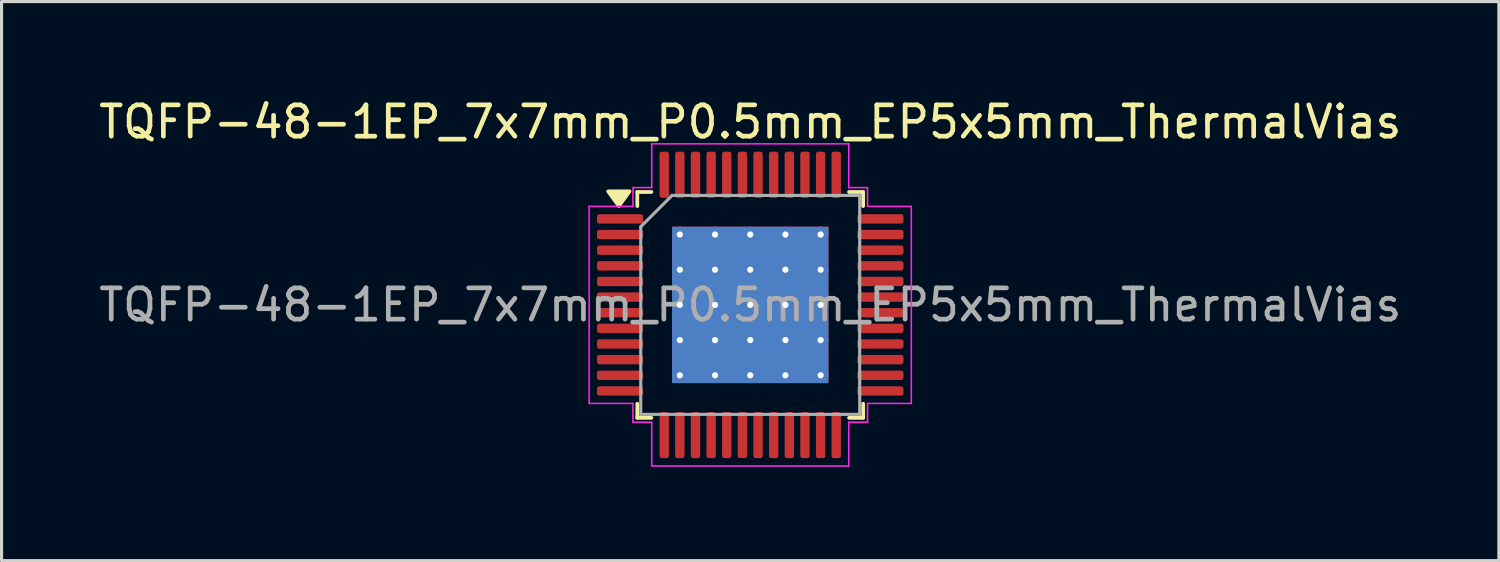
<source format=kicad_pcb>
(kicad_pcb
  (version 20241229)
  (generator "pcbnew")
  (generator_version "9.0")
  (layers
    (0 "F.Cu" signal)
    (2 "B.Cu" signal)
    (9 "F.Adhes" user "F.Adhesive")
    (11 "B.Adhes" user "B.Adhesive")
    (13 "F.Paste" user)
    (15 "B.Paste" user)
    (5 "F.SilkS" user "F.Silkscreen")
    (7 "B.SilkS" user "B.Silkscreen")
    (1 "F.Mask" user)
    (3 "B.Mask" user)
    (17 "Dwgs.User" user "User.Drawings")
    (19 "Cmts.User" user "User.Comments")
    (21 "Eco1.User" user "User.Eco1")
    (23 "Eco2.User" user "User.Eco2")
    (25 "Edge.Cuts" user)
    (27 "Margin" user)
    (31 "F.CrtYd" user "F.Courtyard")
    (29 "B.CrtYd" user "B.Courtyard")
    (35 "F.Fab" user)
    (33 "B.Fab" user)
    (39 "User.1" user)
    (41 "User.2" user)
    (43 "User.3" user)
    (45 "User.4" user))
  (footprint "TQFP-48-1EP_7x7mm_P0.5mm_EP5x5mm_ThermalVias"
    (layer "F.Cu")
    (at 20.935 6.698)
    (property "Reference" "TQFP-48-1EP_7x7mm_P0.5mm_EP5x5mm_ThermalVias" (at 0 -5.85 0) (layer "F.SilkS") (effects (font (size 1 1) (thickness 0.15))))
    (attr smd)
    (fp_line (start -3.61 -3.61) (end -3.61 -3.16) (stroke (width 0.12) (type solid)) (layer "F.SilkS"))
    (fp_line (start -3.61 3.61) (end -3.61 3.16) (stroke (width 0.12) (type solid)) (layer "F.SilkS"))
    (fp_line (start -3.16 -3.61) (end -3.61 -3.61) (stroke (width 0.12) (type solid)) (layer "F.SilkS"))
    (fp_line (start -3.16 3.61) (end -3.61 3.61) (stroke (width 0.12) (type solid)) (layer "F.SilkS"))
    (fp_line (start 3.16 -3.61) (end 3.61 -3.61) (stroke (width 0.12) (type solid)) (layer "F.SilkS"))
    (fp_line (start 3.16 3.61) (end 3.61 3.61) (stroke (width 0.12) (type solid)) (layer "F.SilkS"))
    (fp_line (start 3.61 -3.61) (end 3.61 -3.16) (stroke (width 0.12) (type solid)) (layer "F.SilkS"))
    (fp_line (start 3.61 3.61) (end 3.61 3.16) (stroke (width 0.12) (type solid)) (layer "F.SilkS"))
    (fp_poly (pts (xy -4.2 -3.16) (xy -4.54 -3.63) (xy -3.86 -3.63)) (stroke (width 0.12) (type solid)) (fill yes) (layer "F.SilkS"))
    (fp_line (start -5.15 -3.15) (end -3.75 -3.15) (stroke (width 0.05) (type solid)) (layer "F.CrtYd"))
    (fp_line (start -5.15 3.15) (end -5.15 -3.15) (stroke (width 0.05) (type solid)) (layer "F.CrtYd"))
    (fp_line (start -3.75 -3.75) (end -3.15 -3.75) (stroke (width 0.05) (type solid)) (layer "F.CrtYd"))
    (fp_line (start -3.75 -3.15) (end -3.75 -3.75) (stroke (width 0.05) (type solid)) (layer "F.CrtYd"))
    (fp_line (start -3.75 3.15) (end -5.15 3.15) (stroke (width 0.05) (type solid)) (layer "F.CrtYd"))
    (fp_line (start -3.75 3.75) (end -3.75 3.15) (stroke (width 0.05) (type solid)) (layer "F.CrtYd"))
    (fp_line (start -3.15 -5.15) (end 3.15 -5.15) (stroke (width 0.05) (type solid)) (layer "F.CrtYd"))
    (fp_line (start -3.15 -3.75) (end -3.15 -5.15) (stroke (width 0.05) (type solid)) (layer "F.CrtYd"))
    (fp_line (start -3.15 3.75) (end -3.75 3.75) (stroke (width 0.05) (type solid)) (layer "F.CrtYd"))
    (fp_line (start -3.15 5.15) (end -3.15 3.75) (stroke (width 0.05) (type solid)) (layer "F.CrtYd"))
    (fp_line (start 3.15 -5.15) (end 3.15 -3.75) (stroke (width 0.05) (type solid)) (layer "F.CrtYd"))
    (fp_line (start 3.15 -3.75) (end 3.75 -3.75) (stroke (width 0.05) (type solid)) (layer "F.CrtYd"))
    (fp_line (start 3.15 3.75) (end 3.15 5.15) (stroke (width 0.05) (type solid)) (layer "F.CrtYd"))
    (fp_line (start 3.15 5.15) (end -3.15 5.15) (stroke (width 0.05) (type solid)) (layer "F.CrtYd"))
    (fp_line (start 3.75 -3.75) (end 3.75 -3.15) (stroke (width 0.05) (type solid)) (layer "F.CrtYd"))
    (fp_line (start 3.75 -3.15) (end 5.15 -3.15) (stroke (width 0.05) (type solid)) (layer "F.CrtYd"))
    (fp_line (start 3.75 3.15) (end 3.75 3.75) (stroke (width 0.05) (type solid)) (layer "F.CrtYd"))
    (fp_line (start 3.75 3.75) (end 3.15 3.75) (stroke (width 0.05) (type solid)) (layer "F.CrtYd"))
    (fp_line (start 5.15 -3.15) (end 5.15 3.15) (stroke (width 0.05) (type solid)) (layer "F.CrtYd"))
    (fp_line (start 5.15 3.15) (end 3.75 3.15) (stroke (width 0.05) (type solid)) (layer "F.CrtYd"))
    (fp_line (start -3.5 -2.5) (end -2.5 -3.5) (stroke (width 0.1) (type solid)) (layer "F.Fab"))
    (fp_line (start -3.5 3.5) (end -3.5 -2.5) (stroke (width 0.1) (type solid)) (layer "F.Fab"))
    (fp_line (start -2.5 -3.5) (end 3.5 -3.5) (stroke (width 0.1) (type solid)) (layer "F.Fab"))
    (fp_line (start 3.5 -3.5) (end 3.5 3.5) (stroke (width 0.1) (type solid)) (layer "F.Fab"))
    (fp_line (start 3.5 3.5) (end -3.5 3.5) (stroke (width 0.1) (type solid)) (layer "F.Fab"))
    (fp_text user "${REFERENCE}" (at 0 0 0) (layer "F.Fab") (effects (font (size 1 1) (thickness 0.15))))
    (pad "" smd roundrect (at -1.875 -1.875) (size 1.01 1.01) (layers "F.Paste") (roundrect_rratio 0.248))
    (pad "" smd roundrect (at -1.875 -0.625) (size 1.01 1.01) (layers "F.Paste") (roundrect_rratio 0.248))
    (pad "" smd roundrect (at -1.875 0.625) (size 1.01 1.01) (layers "F.Paste") (roundrect_rratio 0.248))
    (pad "" smd roundrect (at -1.875 1.875) (size 1.01 1.01) (layers "F.Paste") (roundrect_rratio 0.248))
    (pad "" smd roundrect (at -0.625 -1.875) (size 1.01 1.01) (layers "F.Paste") (roundrect_rratio 0.248))
    (pad "" smd roundrect (at -0.625 -0.625) (size 1.01 1.01) (layers "F.Paste") (roundrect_rratio 0.248))
    (pad "" smd roundrect (at -0.625 0.625) (size 1.01 1.01) (layers "F.Paste") (roundrect_rratio 0.248))
    (pad "" smd roundrect (at -0.625 1.875) (size 1.01 1.01) (layers "F.Paste") (roundrect_rratio 0.248))
    (pad "" smd roundrect (at 0.625 -1.875) (size 1.01 1.01) (layers "F.Paste") (roundrect_rratio 0.248))
    (pad "" smd roundrect (at 0.625 -0.625) (size 1.01 1.01) (layers "F.Paste") (roundrect_rratio 0.248))
    (pad "" smd roundrect (at 0.625 0.625) (size 1.01 1.01) (layers "F.Paste") (roundrect_rratio 0.248))
    (pad "" smd roundrect (at 0.625 1.875) (size 1.01 1.01) (layers "F.Paste") (roundrect_rratio 0.248))
    (pad "" smd roundrect (at 1.875 -1.875) (size 1.01 1.01) (layers "F.Paste") (roundrect_rratio 0.248))
    (pad "" smd roundrect (at 1.875 -0.625) (size 1.01 1.01) (layers "F.Paste") (roundrect_rratio 0.248))
    (pad "" smd roundrect (at 1.875 0.625) (size 1.01 1.01) (layers "F.Paste") (roundrect_rratio 0.248))
    (pad "" smd roundrect (at 1.875 1.875) (size 1.01 1.01) (layers "F.Paste") (roundrect_rratio 0.248))
    (pad "1" smd roundrect (at -4.162 -2.75) (size 1.475 0.3) (layers "F.Cu" "F.Mask" "F.Paste") (roundrect_rratio 0.25))
    (pad "2" smd roundrect (at -4.162 -2.25) (size 1.475 0.3) (layers "F.Cu" "F.Mask" "F.Paste") (roundrect_rratio 0.25))
    (pad "3" smd roundrect (at -4.162 -1.75) (size 1.475 0.3) (layers "F.Cu" "F.Mask" "F.Paste") (roundrect_rratio 0.25))
    (pad "4" smd roundrect (at -4.162 -1.25) (size 1.475 0.3) (layers "F.Cu" "F.Mask" "F.Paste") (roundrect_rratio 0.25))
    (pad "5" smd roundrect (at -4.162 -0.75) (size 1.475 0.3) (layers "F.Cu" "F.Mask" "F.Paste") (roundrect_rratio 0.25))
    (pad "6" smd roundrect (at -4.162 -0.25) (size 1.475 0.3) (layers "F.Cu" "F.Mask" "F.Paste") (roundrect_rratio 0.25))
    (pad "7" smd roundrect (at -4.162 0.25) (size 1.475 0.3) (layers "F.Cu" "F.Mask" "F.Paste") (roundrect_rratio 0.25))
    (pad "8" smd roundrect (at -4.162 0.75) (size 1.475 0.3) (layers "F.Cu" "F.Mask" "F.Paste") (roundrect_rratio 0.25))
    (pad "9" smd roundrect (at -4.162 1.25) (size 1.475 0.3) (layers "F.Cu" "F.Mask" "F.Paste") (roundrect_rratio 0.25))
    (pad "10" smd roundrect (at -4.162 1.75) (size 1.475 0.3) (layers "F.Cu" "F.Mask" "F.Paste") (roundrect_rratio 0.25))
    (pad "11" smd roundrect (at -4.162 2.25) (size 1.475 0.3) (layers "F.Cu" "F.Mask" "F.Paste") (roundrect_rratio 0.25))
    (pad "12" smd roundrect (at -4.162 2.75) (size 1.475 0.3) (layers "F.Cu" "F.Mask" "F.Paste") (roundrect_rratio 0.25))
    (pad "13" smd roundrect (at -2.75 4.162) (size 0.3 1.475) (layers "F.Cu" "F.Mask" "F.Paste") (roundrect_rratio 0.25))
    (pad "14" smd roundrect (at -2.25 4.162) (size 0.3 1.475) (layers "F.Cu" "F.Mask" "F.Paste") (roundrect_rratio 0.25))
    (pad "15" smd roundrect (at -1.75 4.162) (size 0.3 1.475) (layers "F.Cu" "F.Mask" "F.Paste") (roundrect_rratio 0.25))
    (pad "16" smd roundrect (at -1.25 4.162) (size 0.3 1.475) (layers "F.Cu" "F.Mask" "F.Paste") (roundrect_rratio 0.25))
    (pad "17" smd roundrect (at -0.75 4.162) (size 0.3 1.475) (layers "F.Cu" "F.Mask" "F.Paste") (roundrect_rratio 0.25))
    (pad "18" smd roundrect (at -0.25 4.162) (size 0.3 1.475) (layers "F.Cu" "F.Mask" "F.Paste") (roundrect_rratio 0.25))
    (pad "19" smd roundrect (at 0.25 4.162) (size 0.3 1.475) (layers "F.Cu" "F.Mask" "F.Paste") (roundrect_rratio 0.25))
    (pad "20" smd roundrect (at 0.75 4.162) (size 0.3 1.475) (layers "F.Cu" "F.Mask" "F.Paste") (roundrect_rratio 0.25))
    (pad "21" smd roundrect (at 1.25 4.162) (size 0.3 1.475) (layers "F.Cu" "F.Mask" "F.Paste") (roundrect_rratio 0.25))
    (pad "22" smd roundrect (at 1.75 4.162) (size 0.3 1.475) (layers "F.Cu" "F.Mask" "F.Paste") (roundrect_rratio 0.25))
    (pad "23" smd roundrect (at 2.25 4.162) (size 0.3 1.475) (layers "F.Cu" "F.Mask" "F.Paste") (roundrect_rratio 0.25))
    (pad "24" smd roundrect (at 2.75 4.162) (size 0.3 1.475) (layers "F.Cu" "F.Mask" "F.Paste") (roundrect_rratio 0.25))
    (pad "25" smd roundrect (at 4.162 2.75) (size 1.475 0.3) (layers "F.Cu" "F.Mask" "F.Paste") (roundrect_rratio 0.25))
    (pad "26" smd roundrect (at 4.162 2.25) (size 1.475 0.3) (layers "F.Cu" "F.Mask" "F.Paste") (roundrect_rratio 0.25))
    (pad "27" smd roundrect (at 4.162 1.75) (size 1.475 0.3) (layers "F.Cu" "F.Mask" "F.Paste") (roundrect_rratio 0.25))
    (pad "28" smd roundrect (at 4.162 1.25) (size 1.475 0.3) (layers "F.Cu" "F.Mask" "F.Paste") (roundrect_rratio 0.25))
    (pad "29" smd roundrect (at 4.162 0.75) (size 1.475 0.3) (layers "F.Cu" "F.Mask" "F.Paste") (roundrect_rratio 0.25))
    (pad "30" smd roundrect (at 4.162 0.25) (size 1.475 0.3) (layers "F.Cu" "F.Mask" "F.Paste") (roundrect_rratio 0.25))
    (pad "31" smd roundrect (at 4.162 -0.25) (size 1.475 0.3) (layers "F.Cu" "F.Mask" "F.Paste") (roundrect_rratio 0.25))
    (pad "32" smd roundrect (at 4.162 -0.75) (size 1.475 0.3) (layers "F.Cu" "F.Mask" "F.Paste") (roundrect_rratio 0.25))
    (pad "33" smd roundrect (at 4.162 -1.25) (size 1.475 0.3) (layers "F.Cu" "F.Mask" "F.Paste") (roundrect_rratio 0.25))
    (pad "34" smd roundrect (at 4.162 -1.75) (size 1.475 0.3) (layers "F.Cu" "F.Mask" "F.Paste") (roundrect_rratio 0.25))
    (pad "35" smd roundrect (at 4.162 -2.25) (size 1.475 0.3) (layers "F.Cu" "F.Mask" "F.Paste") (roundrect_rratio 0.25))
    (pad "36" smd roundrect (at 4.162 -2.75) (size 1.475 0.3) (layers "F.Cu" "F.Mask" "F.Paste") (roundrect_rratio 0.25))
    (pad "37" smd roundrect (at 2.75 -4.162) (size 0.3 1.475) (layers "F.Cu" "F.Mask" "F.Paste") (roundrect_rratio 0.25))
    (pad "38" smd roundrect (at 2.25 -4.162) (size 0.3 1.475) (layers "F.Cu" "F.Mask" "F.Paste") (roundrect_rratio 0.25))
    (pad "39" smd roundrect (at 1.75 -4.162) (size 0.3 1.475) (layers "F.Cu" "F.Mask" "F.Paste") (roundrect_rratio 0.25))
    (pad "40" smd roundrect (at 1.25 -4.162) (size 0.3 1.475) (layers "F.Cu" "F.Mask" "F.Paste") (roundrect_rratio 0.25))
    (pad "41" smd roundrect (at 0.75 -4.162) (size 0.3 1.475) (layers "F.Cu" "F.Mask" "F.Paste") (roundrect_rratio 0.25))
    (pad "42" smd roundrect (at 0.25 -4.162) (size 0.3 1.475) (layers "F.Cu" "F.Mask" "F.Paste") (roundrect_rratio 0.25))
    (pad "43" smd roundrect (at -0.25 -4.162) (size 0.3 1.475) (layers "F.Cu" "F.Mask" "F.Paste") (roundrect_rratio 0.25))
    (pad "44" smd roundrect (at -0.75 -4.162) (size 0.3 1.475) (layers "F.Cu" "F.Mask" "F.Paste") (roundrect_rratio 0.25))
    (pad "45" smd roundrect (at -1.25 -4.162) (size 0.3 1.475) (layers "F.Cu" "F.Mask" "F.Paste") (roundrect_rratio 0.25))
    (pad "46" smd roundrect (at -1.75 -4.162) (size 0.3 1.475) (layers "F.Cu" "F.Mask" "F.Paste") (roundrect_rratio 0.25))
    (pad "47" smd roundrect (at -2.25 -4.162) (size 0.3 1.475) (layers "F.Cu" "F.Mask" "F.Paste") (roundrect_rratio 0.25))
    (pad "48" smd roundrect (at -2.75 -4.162) (size 0.3 1.475) (layers "F.Cu" "F.Mask" "F.Paste") (roundrect_rratio 0.25))
    (pad "49" thru_hole circle (at -2.25 -2.25) (size 0.5 0.5) (drill 0.2) (property pad_prop_heatsink) (layers "*.Cu"))
    (pad "49" thru_hole circle (at -2.25 -1.125) (size 0.5 0.5) (drill 0.2) (property pad_prop_heatsink) (layers "*.Cu"))
    (pad "49" thru_hole circle (at -2.25 0) (size 0.5 0.5) (drill 0.2) (property pad_prop_heatsink) (layers "*.Cu"))
    (pad "49" thru_hole circle (at -2.25 1.125) (size 0.5 0.5) (drill 0.2) (property pad_prop_heatsink) (layers "*.Cu"))
    (pad "49" thru_hole circle (at -2.25 2.25) (size 0.5 0.5) (drill 0.2) (property pad_prop_heatsink) (layers "*.Cu"))
    (pad "49" thru_hole circle (at -1.125 -2.25) (size 0.5 0.5) (drill 0.2) (property pad_prop_heatsink) (layers "*.Cu"))
    (pad "49" thru_hole circle (at -1.125 -1.125) (size 0.5 0.5) (drill 0.2) (property pad_prop_heatsink) (layers "*.Cu"))
    (pad "49" thru_hole circle (at -1.125 0) (size 0.5 0.5) (drill 0.2) (property pad_prop_heatsink) (layers "*.Cu"))
    (pad "49" thru_hole circle (at -1.125 1.125) (size 0.5 0.5) (drill 0.2) (property pad_prop_heatsink) (layers "*.Cu"))
    (pad "49" thru_hole circle (at -1.125 2.25) (size 0.5 0.5) (drill 0.2) (property pad_prop_heatsink) (layers "*.Cu"))
    (pad "49" thru_hole circle (at 0 -2.25) (size 0.5 0.5) (drill 0.2) (property pad_prop_heatsink) (layers "*.Cu"))
    (pad "49" thru_hole circle (at 0 -1.125) (size 0.5 0.5) (drill 0.2) (property pad_prop_heatsink) (layers "*.Cu"))
    (pad "49" thru_hole circle (at 0 0) (size 0.5 0.5) (drill 0.2) (property pad_prop_heatsink) (layers "*.Cu"))
    (pad "49" smd rect (at 0 0) (size 5 5) (property pad_prop_heatsink) (layers "F.Cu" "F.Mask"))
    (pad "49" smd rect (at 0 0) (size 5 5) (property pad_prop_heatsink) (layers "B.Cu"))
    (pad "49" thru_hole circle (at 0 1.125) (size 0.5 0.5) (drill 0.2) (property pad_prop_heatsink) (layers "*.Cu"))
    (pad "49" thru_hole circle (at 0 2.25) (size 0.5 0.5) (drill 0.2) (property pad_prop_heatsink) (layers "*.Cu"))
    (pad "49" thru_hole circle (at 1.125 -2.25) (size 0.5 0.5) (drill 0.2) (property pad_prop_heatsink) (layers "*.Cu"))
    (pad "49" thru_hole circle (at 1.125 -1.125) (size 0.5 0.5) (drill 0.2) (property pad_prop_heatsink) (layers "*.Cu"))
    (pad "49" thru_hole circle (at 1.125 0) (size 0.5 0.5) (drill 0.2) (property pad_prop_heatsink) (layers "*.Cu"))
    (pad "49" thru_hole circle (at 1.125 1.125) (size 0.5 0.5) (drill 0.2) (property pad_prop_heatsink) (layers "*.Cu"))
    (pad "49" thru_hole circle (at 1.125 2.25) (size 0.5 0.5) (drill 0.2) (property pad_prop_heatsink) (layers "*.Cu"))
    (pad "49" thru_hole circle (at 2.25 -2.25) (size 0.5 0.5) (drill 0.2) (property pad_prop_heatsink) (layers "*.Cu"))
    (pad "49" thru_hole circle (at 2.25 -1.125) (size 0.5 0.5) (drill 0.2) (property pad_prop_heatsink) (layers "*.Cu"))
    (pad "49" thru_hole circle (at 2.25 0) (size 0.5 0.5) (drill 0.2) (property pad_prop_heatsink) (layers "*.Cu"))
    (pad "49" thru_hole circle (at 2.25 1.125) (size 0.5 0.5) (drill 0.2) (property pad_prop_heatsink) (layers "*.Cu"))
    (pad "49" thru_hole circle (at 2.25 2.25) (size 0.5 0.5) (drill 0.2) (property pad_prop_heatsink) (layers "*.Cu")))
  (gr_rect
    (start -3 -3)
    (end 44.869 14.873)
    (stroke (width 0.1) (type default))
    (fill no)
    (layer "Edge.Cuts")))
</source>
